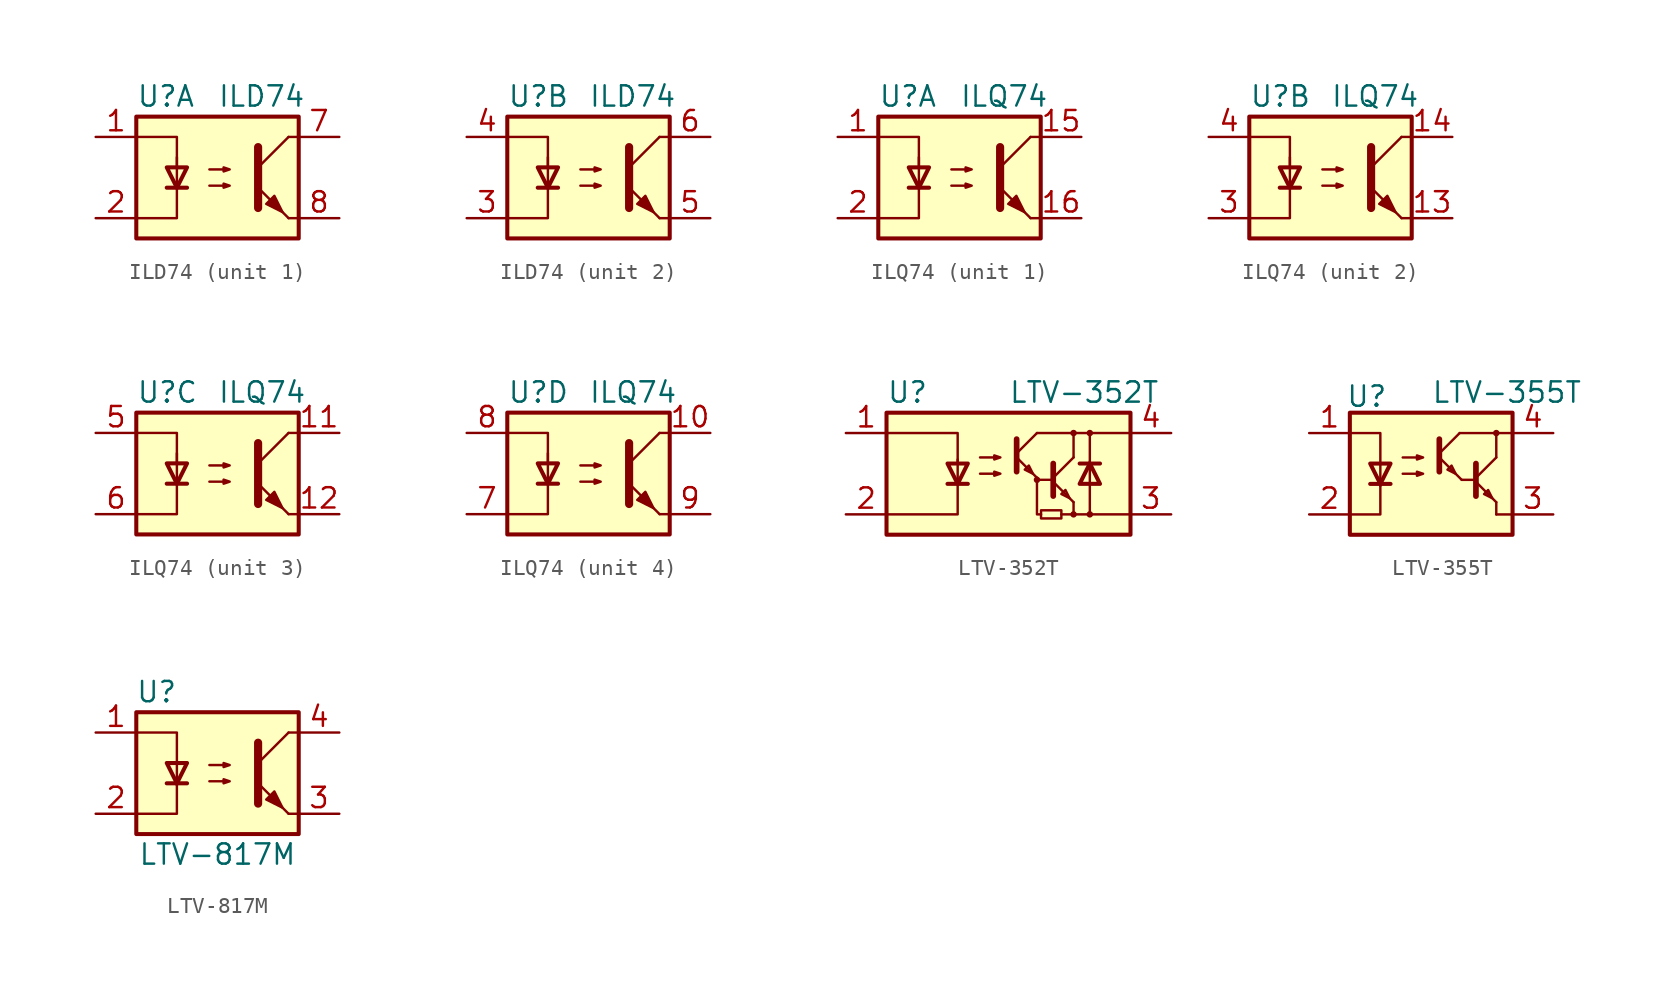
<source format=kicad_sym>
(kicad_symbol_lib
  (version 20201005)
  (generator kicad_symbol_editor)
  (symbol "Isolator_Optocoupler:ILD74"
    (pin_names
      (offset 1.016))
    (property "Reference" "U"
      (at -5.08 5.08 0)
      (effects (font (size 1.27 1.27)) (justify left)))
    (property "Value" "ILD74"
      (at 0 5.08 0)
      (effects (font (size 1.27 1.27)) (justify left)))
    (symbol "ILD74_0_1"
      (rectangle (start -5.08 3.81) (end 5.08 -3.81) (stroke (width 0.254)) (fill (type background)))
      (polyline (pts (xy -3.175 -0.635) (xy -1.905 -0.635)) (stroke (width 0.254)) (fill (type none)))
      (polyline (pts (xy 2.54 0.635) (xy 4.445 2.54)) (stroke (width 0)) (fill (type none)))
      (polyline (pts (xy 4.445 -2.54) (xy 5.08 -2.54)) (stroke (width 0)) (fill (type none)))
      (polyline (pts (xy 4.445 2.54) (xy 5.08 2.54)) (stroke (width 0)) (fill (type none)))
      (polyline (pts (xy -5.08 2.54) (xy -2.54 2.54) (xy -2.54 0.635)) (stroke (width 0)) (fill (type none)))
      (polyline (pts (xy 2.54 1.905) (xy 2.54 -1.905) (xy 2.54 -1.905)) (stroke (width 0.508)) (fill (type none)))
      (polyline (pts (xy -2.54 -0.635) (xy -3.175 0.635) (xy -1.905 0.635) (xy -2.54 -0.635)) (stroke (width 0.254)) (fill (type none)))
      (polyline (pts (xy -2.54 -0.635) (xy -2.54 1.27) (xy -2.54 -2.54) (xy -5.08 -2.54)) (stroke (width 0)) (fill (type none)))
      (polyline (pts (xy -0.508 -0.508) (xy 0.762 -0.508) (xy 0.381 -0.635) (xy 0.381 -0.381) (xy 0.762 -0.508)) (stroke (width 0)) (fill (type none)))
      (polyline (pts (xy -0.508 0.508) (xy 0.762 0.508) (xy 0.381 0.381) (xy 0.381 0.635) (xy 0.762 0.508)) (stroke (width 0)) (fill (type none)))
      (polyline (pts (xy 4.445 -2.54) (xy 2.54 -0.635)) (stroke (width 0)) (fill (type outline)))
      (polyline (pts (xy 3.048 -1.651) (xy 3.556 -1.143) (xy 4.064 -2.159) (xy 3.048 -1.651) (xy 3.048 -1.651)) (stroke (width 0)) (fill (type outline))))
    (symbol "ILD74_1_1"
      (pin passive line (at -7.62 2.54 0) (length 2.54) (name "~" (effects (font (size 1.27 1.27)))) (number "1" (effects (font (size 1.27 1.27)))))
      (pin passive line (at -7.62 -2.54 0) (length 2.54) (name "~" (effects (font (size 1.27 1.27)))) (number "2" (effects (font (size 1.27 1.27)))))
      (pin passive line (at 7.62 2.54 180) (length 2.54) (name "~" (effects (font (size 1.27 1.27)))) (number "7" (effects (font (size 1.27 1.27)))))
      (pin passive line (at 7.62 -2.54 180) (length 2.54) (name "~" (effects (font (size 1.27 1.27)))) (number "8" (effects (font (size 1.27 1.27))))))
    (symbol "ILD74_2_1"
      (pin passive line (at -7.62 -2.54 0) (length 2.54) (name "~" (effects (font (size 1.27 1.27)))) (number "3" (effects (font (size 1.27 1.27)))))
      (pin passive line (at -7.62 2.54 0) (length 2.54) (name "~" (effects (font (size 1.27 1.27)))) (number "4" (effects (font (size 1.27 1.27)))))
      (pin passive line (at 7.62 -2.54 180) (length 2.54) (name "~" (effects (font (size 1.27 1.27)))) (number "5" (effects (font (size 1.27 1.27)))))
      (pin passive line (at 7.62 2.54 180) (length 2.54) (name "~" (effects (font (size 1.27 1.27)))) (number "6" (effects (font (size 1.27 1.27)))))))
  (symbol "Isolator_Optocoupler:ILQ74"
    (pin_names
      (offset 1.016))
    (property "Reference" "U"
      (at -5.08 5.08 0)
      (effects (font (size 1.27 1.27)) (justify left)))
    (property "Value" "ILQ74"
      (at 0 5.08 0)
      (effects (font (size 1.27 1.27)) (justify left)))
    (symbol "ILQ74_0_1"
      (rectangle (start -5.08 3.81) (end 5.08 -3.81) (stroke (width 0.254)) (fill (type background)))
      (polyline (pts (xy -3.175 -0.635) (xy -1.905 -0.635)) (stroke (width 0.254)) (fill (type none)))
      (polyline (pts (xy 2.54 0.635) (xy 4.445 2.54)) (stroke (width 0)) (fill (type none)))
      (polyline (pts (xy 4.445 -2.54) (xy 5.08 -2.54)) (stroke (width 0)) (fill (type none)))
      (polyline (pts (xy 4.445 2.54) (xy 5.08 2.54)) (stroke (width 0)) (fill (type none)))
      (polyline (pts (xy -5.08 2.54) (xy -2.54 2.54) (xy -2.54 0.635)) (stroke (width 0)) (fill (type none)))
      (polyline (pts (xy 2.54 1.905) (xy 2.54 -1.905) (xy 2.54 -1.905)) (stroke (width 0.508)) (fill (type none)))
      (polyline (pts (xy -2.54 -0.635) (xy -3.175 0.635) (xy -1.905 0.635) (xy -2.54 -0.635)) (stroke (width 0.254)) (fill (type none)))
      (polyline (pts (xy -2.54 -0.635) (xy -2.54 1.27) (xy -2.54 -2.54) (xy -5.08 -2.54)) (stroke (width 0)) (fill (type none)))
      (polyline (pts (xy -0.508 -0.508) (xy 0.762 -0.508) (xy 0.381 -0.635) (xy 0.381 -0.381) (xy 0.762 -0.508)) (stroke (width 0)) (fill (type none)))
      (polyline (pts (xy -0.508 0.508) (xy 0.762 0.508) (xy 0.381 0.381) (xy 0.381 0.635) (xy 0.762 0.508)) (stroke (width 0)) (fill (type none)))
      (polyline (pts (xy 4.445 -2.54) (xy 2.54 -0.635)) (stroke (width 0)) (fill (type outline)))
      (polyline (pts (xy 3.048 -1.651) (xy 3.556 -1.143) (xy 4.064 -2.159) (xy 3.048 -1.651) (xy 3.048 -1.651)) (stroke (width 0)) (fill (type outline))))
    (symbol "ILQ74_1_1"
      (pin passive line (at -7.62 2.54 0) (length 2.54) (name "~" (effects (font (size 1.27 1.27)))) (number "1" (effects (font (size 1.27 1.27)))))
      (pin passive line (at 7.62 2.54 180) (length 2.54) (name "~" (effects (font (size 1.27 1.27)))) (number "15" (effects (font (size 1.27 1.27)))))
      (pin passive line (at 7.62 -2.54 180) (length 2.54) (name "~" (effects (font (size 1.27 1.27)))) (number "16" (effects (font (size 1.27 1.27)))))
      (pin passive line (at -7.62 -2.54 0) (length 2.54) (name "~" (effects (font (size 1.27 1.27)))) (number "2" (effects (font (size 1.27 1.27))))))
    (symbol "ILQ74_2_1"
      (pin passive line (at 7.62 -2.54 180) (length 2.54) (name "~" (effects (font (size 1.27 1.27)))) (number "13" (effects (font (size 1.27 1.27)))))
      (pin passive line (at 7.62 2.54 180) (length 2.54) (name "~" (effects (font (size 1.27 1.27)))) (number "14" (effects (font (size 1.27 1.27)))))
      (pin passive line (at -7.62 -2.54 0) (length 2.54) (name "~" (effects (font (size 1.27 1.27)))) (number "3" (effects (font (size 1.27 1.27)))))
      (pin passive line (at -7.62 2.54 0) (length 2.54) (name "~" (effects (font (size 1.27 1.27)))) (number "4" (effects (font (size 1.27 1.27))))))
    (symbol "ILQ74_3_1"
      (pin passive line (at 7.62 2.54 180) (length 2.54) (name "~" (effects (font (size 1.27 1.27)))) (number "11" (effects (font (size 1.27 1.27)))))
      (pin passive line (at 7.62 -2.54 180) (length 2.54) (name "~" (effects (font (size 1.27 1.27)))) (number "12" (effects (font (size 1.27 1.27)))))
      (pin passive line (at -7.62 2.54 0) (length 2.54) (name "~" (effects (font (size 1.27 1.27)))) (number "5" (effects (font (size 1.27 1.27)))))
      (pin passive line (at -7.62 -2.54 0) (length 2.54) (name "~" (effects (font (size 1.27 1.27)))) (number "6" (effects (font (size 1.27 1.27))))))
    (symbol "ILQ74_4_1"
      (pin passive line (at 7.62 2.54 180) (length 2.54) (name "~" (effects (font (size 1.27 1.27)))) (number "10" (effects (font (size 1.27 1.27)))))
      (pin passive line (at -7.62 -2.54 0) (length 2.54) (name "~" (effects (font (size 1.27 1.27)))) (number "7" (effects (font (size 1.27 1.27)))))
      (pin passive line (at -7.62 2.54 0) (length 2.54) (name "~" (effects (font (size 1.27 1.27)))) (number "8" (effects (font (size 1.27 1.27)))))
      (pin passive line (at 7.62 -2.54 180) (length 2.54) (name "~" (effects (font (size 1.27 1.27)))) (number "9" (effects (font (size 1.27 1.27)))))))
  (symbol "Isolator_Optocoupler:LTV-352T"
    (pin_names
      (offset 1.016))
    (property "Reference" "U"
      (at -7.62 5.08 0)
      (effects (font (size 1.27 1.27)) (justify left)))
    (property "Value" "LTV-352T"
      (at 0 5.08 0)
      (effects (font (size 1.27 1.27)) (justify left)))
    (symbol "LTV-352T_0_0"
      (rectangle (start 2.032 -2.286) (end 3.302 -2.794) (stroke (width 0)) (fill (type none)))
      (polyline (pts (xy 4.064 -2.54) (xy 3.302 -2.54)) (stroke (width 0)) (fill (type none)))
      (polyline (pts (xy 1.778 -0.254) (xy 1.778 -2.54) (xy 2.032 -2.54)) (stroke (width 0)) (fill (type none))))
    (symbol "LTV-352T_0_1"
      (circle (center 1.778 -0.381) (radius 0.127) (stroke (width 0)) (fill (type none)))
      (circle (center 4.064 -2.54) (radius 0.127) (stroke (width 0)) (fill (type none)))
      (circle (center 4.064 2.54) (radius 0.127) (stroke (width 0)) (fill (type none)))
      (circle (center 5.08 -2.54) (radius 0.127) (stroke (width 0)) (fill (type none)))
      (circle (center 5.08 2.54) (radius 0.127) (stroke (width 0)) (fill (type none)))
      (rectangle (start -7.62 3.81) (end 7.62 -3.81) (stroke (width 0.254)) (fill (type background)))
      (polyline (pts (xy -3.81 -0.635) (xy -2.54 -0.635)) (stroke (width 0.254)) (fill (type none)))
      (polyline (pts (xy 0.508 1.016) (xy 1.778 -0.254)) (stroke (width 0)) (fill (type none)))
      (polyline (pts (xy 0.508 1.27) (xy 1.778 2.54)) (stroke (width 0)) (fill (type none)))
      (polyline (pts (xy 0.508 2.159) (xy 0.508 0.127)) (stroke (width 0.356)) (fill (type none)))
      (polyline (pts (xy 1.778 2.54) (xy 7.62 2.54)) (stroke (width 0)) (fill (type none)))
      (polyline (pts (xy 2.794 -0.508) (xy 4.064 -1.778)) (stroke (width 0)) (fill (type none)))
      (polyline (pts (xy 2.794 -0.381) (xy 1.778 -0.381)) (stroke (width 0)) (fill (type none)))
      (polyline (pts (xy 2.794 -0.254) (xy 4.064 1.016)) (stroke (width 0)) (fill (type none)))
      (polyline (pts (xy 4.064 -2.54) (xy 7.62 -2.54)) (stroke (width 0)) (fill (type none)))
      (polyline (pts (xy 4.064 -1.778) (xy 4.064 -2.54)) (stroke (width 0)) (fill (type none)))
      (polyline (pts (xy 4.064 1.016) (xy 4.064 2.54)) (stroke (width 0)) (fill (type none)))
      (polyline (pts (xy 4.445 0.635) (xy 5.715 0.635)) (stroke (width 0.254)) (fill (type none)))
      (polyline (pts (xy 5.08 0.635) (xy 5.08 2.54)) (stroke (width 0)) (fill (type none)))
      (polyline (pts (xy 5.08 0.762) (xy 5.08 -2.54)) (stroke (width 0)) (fill (type none)))
      (polyline (pts (xy -7.62 2.54) (xy -3.175 2.54) (xy -3.175 0.635)) (stroke (width 0)) (fill (type none)))
      (polyline (pts (xy -3.175 0.889) (xy -3.175 -2.54) (xy -7.62 -2.54)) (stroke (width 0)) (fill (type none)))
      (polyline (pts (xy 2.794 0.635) (xy 2.794 -1.397) (xy 2.794 -1.397)) (stroke (width 0.356)) (fill (type none)))
      (polyline (pts (xy -3.175 -0.635) (xy -3.81 0.635) (xy -2.54 0.635) (xy -3.175 -0.635)) (stroke (width 0.254)) (fill (type none)))
      (polyline (pts (xy 1.524 0) (xy 1.27 0.508) (xy 1.016 0.254) (xy 1.524 0)) (stroke (width 0)) (fill (type none)))
      (polyline (pts (xy 3.81 -1.524) (xy 3.556 -1.016) (xy 3.302 -1.27) (xy 3.81 -1.524)) (stroke (width 0)) (fill (type none)))
      (polyline (pts (xy 5.08 0.635) (xy 4.445 -0.635) (xy 5.715 -0.635) (xy 5.08 0.635)) (stroke (width 0.254)) (fill (type none)))
      (polyline (pts (xy -1.778 0) (xy -0.508 0) (xy -0.889 -0.127) (xy -0.889 0.127) (xy -0.508 0)) (stroke (width 0)) (fill (type none)))
      (polyline (pts (xy -1.778 1.016) (xy -0.508 1.016) (xy -0.889 0.889) (xy -0.889 1.143) (xy -0.508 1.016)) (stroke (width 0)) (fill (type none))))
    (symbol "LTV-352T_1_1"
      (pin passive line (at -10.16 2.54 0) (length 2.54) (name "~" (effects (font (size 1.27 1.27)))) (number "1" (effects (font (size 1.27 1.27)))))
      (pin passive line (at -10.16 -2.54 0) (length 2.54) (name "~" (effects (font (size 1.27 1.27)))) (number "2" (effects (font (size 1.27 1.27)))))
      (pin passive line (at 10.16 -2.54 180) (length 2.54) (name "~" (effects (font (size 1.27 1.27)))) (number "3" (effects (font (size 1.27 1.27)))))
      (pin passive line (at 10.16 2.54 180) (length 2.54) (name "~" (effects (font (size 1.27 1.27)))) (number "4" (effects (font (size 1.27 1.27)))))))
  (symbol "Isolator_Optocoupler:LTV-355T"
    (pin_names
      (offset 1.016))
    (property "Reference" "U"
      (at -5.334 4.826 0)
      (effects (font (size 1.27 1.27)) (justify left)))
    (property "Value" "LTV-355T"
      (at 0 5.08 0)
      (effects (font (size 1.27 1.27)) (justify left)))
    (symbol "LTV-355T_0_1"
      (circle (center 4.064 2.54) (radius 0.127) (stroke (width 0)) (fill (type none)))
      (rectangle (start -5.08 3.81) (end 5.08 -3.81) (stroke (width 0.254)) (fill (type background)))
      (polyline (pts (xy -3.81 -0.635) (xy -2.54 -0.635)) (stroke (width 0.254)) (fill (type none)))
      (polyline (pts (xy 0.508 1.016) (xy 1.905 -0.381)) (stroke (width 0)) (fill (type none)))
      (polyline (pts (xy 0.508 1.27) (xy 1.778 2.54)) (stroke (width 0)) (fill (type none)))
      (polyline (pts (xy 0.508 2.159) (xy 0.508 0.127)) (stroke (width 0.356)) (fill (type none)))
      (polyline (pts (xy 1.778 2.54) (xy 5.08 2.54)) (stroke (width 0)) (fill (type none)))
      (polyline (pts (xy 2.794 -0.508) (xy 4.064 -1.778)) (stroke (width 0)) (fill (type none)))
      (polyline (pts (xy 2.794 -0.381) (xy 1.905 -0.381)) (stroke (width 0)) (fill (type none)))
      (polyline (pts (xy 2.794 -0.254) (xy 4.064 1.016)) (stroke (width 0)) (fill (type none)))
      (polyline (pts (xy 4.064 -2.54) (xy 5.08 -2.54)) (stroke (width 0)) (fill (type none)))
      (polyline (pts (xy 4.064 -1.778) (xy 4.064 -2.54)) (stroke (width 0)) (fill (type none)))
      (polyline (pts (xy 4.064 1.016) (xy 4.064 2.54)) (stroke (width 0)) (fill (type none)))
      (polyline (pts (xy -5.08 2.54) (xy -3.175 2.54) (xy -3.175 -0.762)) (stroke (width 0)) (fill (type none)))
      (polyline (pts (xy -3.175 -0.635) (xy -3.175 -2.54) (xy -5.08 -2.54)) (stroke (width 0)) (fill (type none)))
      (polyline (pts (xy 2.794 0.635) (xy 2.794 -1.397) (xy 2.794 -1.397)) (stroke (width 0.356)) (fill (type none)))
      (polyline (pts (xy -3.175 -0.635) (xy -3.81 0.635) (xy -2.54 0.635) (xy -3.175 -0.635)) (stroke (width 0.254)) (fill (type none)))
      (polyline (pts (xy 1.524 0) (xy 1.27 0.508) (xy 1.016 0.254) (xy 1.524 0)) (stroke (width 0)) (fill (type none)))
      (polyline (pts (xy 3.81 -1.524) (xy 3.556 -1.016) (xy 3.302 -1.27) (xy 3.81 -1.524)) (stroke (width 0)) (fill (type none)))
      (polyline (pts (xy -1.778 0) (xy -0.508 0) (xy -0.889 -0.127) (xy -0.889 0.127) (xy -0.508 0)) (stroke (width 0)) (fill (type none)))
      (polyline (pts (xy -1.778 1.016) (xy -0.508 1.016) (xy -0.889 0.889) (xy -0.889 1.143) (xy -0.508 1.016)) (stroke (width 0)) (fill (type none))))
    (symbol "LTV-355T_1_1"
      (pin passive line (at -7.62 2.54 0) (length 2.54) (name "~" (effects (font (size 1.27 1.27)))) (number "1" (effects (font (size 1.27 1.27)))))
      (pin passive line (at -7.62 -2.54 0) (length 2.54) (name "~" (effects (font (size 1.27 1.27)))) (number "2" (effects (font (size 1.27 1.27)))))
      (pin passive line (at 7.62 -2.54 180) (length 2.54) (name "~" (effects (font (size 1.27 1.27)))) (number "3" (effects (font (size 1.27 1.27)))))
      (pin passive line (at 7.62 2.54 180) (length 2.54) (name "~" (effects (font (size 1.27 1.27)))) (number "4" (effects (font (size 1.27 1.27)))))))
  (symbol "Isolator_Optocoupler:LTV-817M"
    (pin_names
      (offset 1.016))
    (property "Reference" "U"
      (at -3.81 5.08 0)
      (effects (font (size 1.27 1.27))))
    (property "Value" "LTV-817M"
      (at 0 -5.08 0)
      (effects (font (size 1.27 1.27))))
    (symbol "LTV-817M_1_1"
      (rectangle (start -5.08 3.81) (end 5.08 -3.81) (stroke (width 0.254)) (fill (type background)))
      (polyline (pts (xy -3.175 -0.635) (xy -1.905 -0.635)) (stroke (width 0.254)) (fill (type none)))
      (polyline (pts (xy 2.54 0.635) (xy 4.445 2.54)) (stroke (width 0)) (fill (type none)))
      (polyline (pts (xy 4.445 -2.54) (xy 5.08 -2.54)) (stroke (width 0)) (fill (type none)))
      (polyline (pts (xy 4.445 2.54) (xy 5.08 2.54)) (stroke (width 0)) (fill (type none)))
      (polyline (pts (xy -5.08 2.54) (xy -2.54 2.54) (xy -2.54 -0.762)) (stroke (width 0)) (fill (type none)))
      (polyline (pts (xy -2.54 -0.635) (xy -2.54 -2.54) (xy -5.08 -2.54)) (stroke (width 0)) (fill (type none)))
      (polyline (pts (xy 2.54 1.905) (xy 2.54 -1.905) (xy 2.54 -1.905)) (stroke (width 0.508)) (fill (type none)))
      (polyline (pts (xy -2.54 -0.635) (xy -3.175 0.635) (xy -1.905 0.635) (xy -2.54 -0.635)) (stroke (width 0.254)) (fill (type none)))
      (polyline (pts (xy -0.508 -0.508) (xy 0.762 -0.508) (xy 0.381 -0.635) (xy 0.381 -0.381) (xy 0.762 -0.508)) (stroke (width 0)) (fill (type none)))
      (polyline (pts (xy -0.508 0.508) (xy 0.762 0.508) (xy 0.381 0.381) (xy 0.381 0.635) (xy 0.762 0.508)) (stroke (width 0)) (fill (type none)))
      (polyline (pts (xy 4.445 -2.54) (xy 2.54 -0.635)) (stroke (width 0)) (fill (type outline)))
      (polyline (pts (xy 3.048 -1.651) (xy 3.556 -1.143) (xy 4.064 -2.159) (xy 3.048 -1.651) (xy 3.048 -1.651)) (stroke (width 0)) (fill (type outline)))
      (pin passive line (at -7.62 2.54 0) (length 2.54) (name "~" (effects (font (size 1.27 1.27)))) (number "1" (effects (font (size 1.27 1.27)))))
      (pin passive line (at -7.62 -2.54 0) (length 2.54) (name "~" (effects (font (size 1.27 1.27)))) (number "2" (effects (font (size 1.27 1.27)))))
      (pin passive line (at 7.62 -2.54 180) (length 2.54) (name "~" (effects (font (size 1.27 1.27)))) (number "3" (effects (font (size 1.27 1.27)))))
      (pin passive line (at 7.62 2.54 180) (length 2.54) (name "~" (effects (font (size 1.27 1.27)))) (number "4" (effects (font (size 1.27 1.27))))))))
</source>
